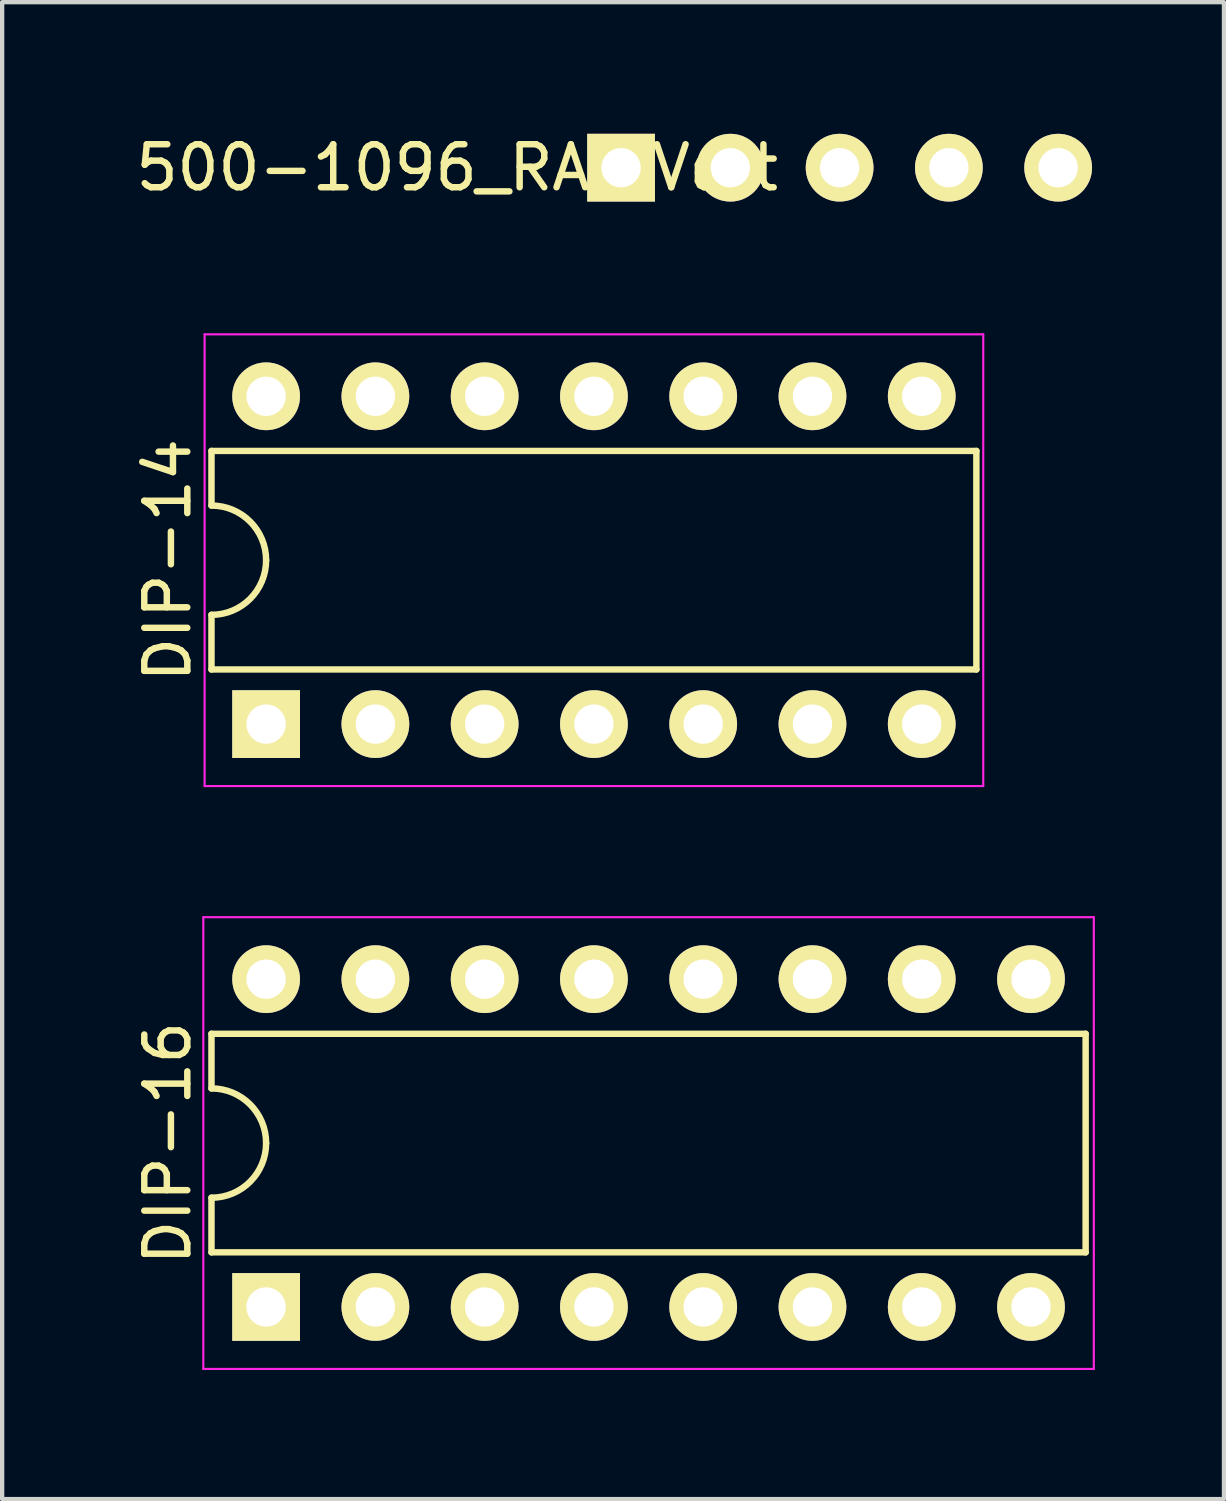
<source format=kicad_pcb>
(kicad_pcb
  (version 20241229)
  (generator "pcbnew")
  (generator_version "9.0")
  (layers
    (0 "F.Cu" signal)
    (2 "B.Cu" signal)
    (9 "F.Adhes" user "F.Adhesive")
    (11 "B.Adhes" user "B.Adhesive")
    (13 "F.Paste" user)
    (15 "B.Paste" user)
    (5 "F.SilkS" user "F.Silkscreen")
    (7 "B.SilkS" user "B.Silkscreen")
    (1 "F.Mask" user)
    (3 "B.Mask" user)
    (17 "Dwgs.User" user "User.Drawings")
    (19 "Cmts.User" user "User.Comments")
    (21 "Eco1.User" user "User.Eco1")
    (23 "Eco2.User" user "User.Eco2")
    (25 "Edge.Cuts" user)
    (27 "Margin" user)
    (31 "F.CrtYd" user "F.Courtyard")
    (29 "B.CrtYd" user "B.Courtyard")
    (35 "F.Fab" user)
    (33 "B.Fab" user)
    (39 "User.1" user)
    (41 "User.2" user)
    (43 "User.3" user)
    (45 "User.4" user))
  (footprint "DIP-16"
    (layer "F.Cu")
    (at 12.026 23.521)
    (property "Reference" "DIP-16" (at -11.177 0 90) (layer "F.SilkS") (effects (font (size 1 1) (thickness 0.15))))
    (attr through_hole)
    (fp_line (start -10.16 -2.54) (end 10.16 -2.54) (stroke (width 0.15) (type solid)) (layer "F.SilkS"))
    (fp_line (start -10.16 -1.27) (end -10.16 -2.54) (stroke (width 0.15) (type solid)) (layer "F.SilkS"))
    (fp_line (start -10.16 2.54) (end -10.16 1.27) (stroke (width 0.15) (type solid)) (layer "F.SilkS"))
    (fp_line (start 10.16 -2.54) (end 10.16 2.54) (stroke (width 0.15) (type solid)) (layer "F.SilkS"))
    (fp_line (start 10.16 2.54) (end -10.16 2.54) (stroke (width 0.15) (type solid)) (layer "F.SilkS"))
    (fp_arc (start -10.16 -1.27) (mid -9.261974 -0.898026) (end -8.89 0) (stroke (width 0.15) (type solid)) (layer "F.SilkS"))
    (fp_arc (start -8.89 0) (mid -9.261974 0.898026) (end -10.16 1.27) (stroke (width 0.15) (type solid)) (layer "F.SilkS"))
    (fp_line (start -10.35 -5.25) (end 10.35 -5.25) (stroke (width 0.05) (type solid)) (layer "F.CrtYd"))
    (fp_line (start -10.35 5.25) (end -10.35 -5.25) (stroke (width 0.05) (type solid)) (layer "F.CrtYd"))
    (fp_line (start 10.35 -5.25) (end 10.35 5.25) (stroke (width 0.05) (type solid)) (layer "F.CrtYd"))
    (fp_line (start 10.35 5.25) (end -10.35 5.25) (stroke (width 0.05) (type solid)) (layer "F.CrtYd"))
    (pad "1" thru_hole rect (at -8.89 3.81) (size 1.575 1.575) (drill 0.914) (layers "*.Cu" "*.Mask" "F.SilkS"))
    (pad "2" thru_hole circle (at -6.35 3.81) (size 1.575 1.575) (drill 0.914) (layers "*.Cu" "*.Mask" "F.SilkS"))
    (pad "3" thru_hole circle (at -3.81 3.81) (size 1.575 1.575) (drill 0.914) (layers "*.Cu" "*.Mask" "F.SilkS"))
    (pad "4" thru_hole circle (at -1.27 3.81) (size 1.575 1.575) (drill 0.914) (layers "*.Cu" "*.Mask" "F.SilkS"))
    (pad "5" thru_hole circle (at 1.27 3.81) (size 1.575 1.575) (drill 0.914) (layers "*.Cu" "*.Mask" "F.SilkS"))
    (pad "6" thru_hole circle (at 3.81 3.81) (size 1.575 1.575) (drill 0.914) (layers "*.Cu" "*.Mask" "F.SilkS"))
    (pad "7" thru_hole circle (at 6.35 3.81) (size 1.575 1.575) (drill 0.914) (layers "*.Cu" "*.Mask" "F.SilkS"))
    (pad "8" thru_hole circle (at 8.89 3.81) (size 1.575 1.575) (drill 0.914) (layers "*.Cu" "*.Mask" "F.SilkS"))
    (pad "9" thru_hole circle (at 8.89 -3.81) (size 1.575 1.575) (drill 0.914) (layers "*.Cu" "*.Mask" "F.SilkS"))
    (pad "10" thru_hole circle (at 6.35 -3.81) (size 1.575 1.575) (drill 0.914) (layers "*.Cu" "*.Mask" "F.SilkS"))
    (pad "11" thru_hole circle (at 3.81 -3.81) (size 1.575 1.575) (drill 0.914) (layers "*.Cu" "*.Mask" "F.SilkS"))
    (pad "12" thru_hole circle (at 1.27 -3.81) (size 1.575 1.575) (drill 0.914) (layers "*.Cu" "*.Mask" "F.SilkS"))
    (pad "13" thru_hole circle (at -1.27 -3.81) (size 1.575 1.575) (drill 0.914) (layers "*.Cu" "*.Mask" "F.SilkS"))
    (pad "14" thru_hole circle (at -3.81 -3.81) (size 1.575 1.575) (drill 0.914) (layers "*.Cu" "*.Mask" "F.SilkS"))
    (pad "15" thru_hole circle (at -6.35 -3.81) (size 1.575 1.575) (drill 0.914) (layers "*.Cu" "*.Mask" "F.SilkS"))
    (pad "16" thru_hole circle (at -8.89 -3.81) (size 1.575 1.575) (drill 0.914) (layers "*.Cu" "*.Mask" "F.SilkS")))
  (footprint "500-1096_RAtoVert"
    (layer "F.Cu")
    (at 16.467 0.848)
    (property "Reference" "500-1096_RAtoVert" (at -8.89 0 0) (layer "F.SilkS") (effects (font (size 1 1) (thickness 0.15))))
    (attr through_hole)
    (pad "1" thru_hole rect (at -5.08 0) (size 1.575 1.575) (drill 0.914) (layers "*.Cu" "*.Mask" "F.SilkS"))
    (pad "2" thru_hole circle (at -2.54 0) (size 1.575 1.575) (drill 0.914) (layers "*.Cu" "*.Mask" "F.SilkS"))
    (pad "3" thru_hole circle (at 0 0) (size 1.575 1.575) (drill 0.914) (layers "*.Cu" "*.Mask" "F.SilkS"))
    (pad "4" thru_hole circle (at 2.54 0) (size 1.575 1.575) (drill 0.914) (layers "*.Cu" "*.Mask" "F.SilkS"))
    (pad "5" thru_hole circle (at 5.08 0) (size 1.575 1.575) (drill 0.914) (layers "*.Cu" "*.Mask" "F.SilkS")))
  (footprint "DIP-14"
    (layer "F.Cu")
    (at 10.756 9.972)
    (property "Reference" "DIP-14" (at -9.907 0 90) (layer "F.SilkS") (effects (font (size 1 1) (thickness 0.15))))
    (attr through_hole)
    (fp_line (start -8.89 -2.54) (end -8.89 -1.27) (stroke (width 0.15) (type solid)) (layer "F.SilkS"))
    (fp_line (start -8.89 -2.54) (end 8.89 -2.54) (stroke (width 0.15) (type solid)) (layer "F.SilkS"))
    (fp_line (start -8.89 1.27) (end -8.89 2.54) (stroke (width 0.15) (type solid)) (layer "F.SilkS"))
    (fp_line (start -8.89 2.54) (end 8.89 2.54) (stroke (width 0.15) (type solid)) (layer "F.SilkS"))
    (fp_line (start 8.89 -2.54) (end 8.89 2.54) (stroke (width 0.15) (type solid)) (layer "F.SilkS"))
    (fp_arc (start -8.89 -1.27) (mid -7.991974 -0.898026) (end -7.62 0) (stroke (width 0.15) (type solid)) (layer "F.SilkS"))
    (fp_arc (start -7.62 0) (mid -7.991974 0.898026) (end -8.89 1.27) (stroke (width 0.15) (type solid)) (layer "F.SilkS"))
    (fp_line (start -9.05 -5.25) (end 9.05 -5.25) (stroke (width 0.05) (type solid)) (layer "F.CrtYd"))
    (fp_line (start -9.05 5.25) (end -9.05 -5.25) (stroke (width 0.05) (type solid)) (layer "F.CrtYd"))
    (fp_line (start 9.05 -5.25) (end 9.05 5.25) (stroke (width 0.05) (type solid)) (layer "F.CrtYd"))
    (fp_line (start 9.05 5.25) (end -9.05 5.25) (stroke (width 0.05) (type solid)) (layer "F.CrtYd"))
    (pad "1" thru_hole rect (at -7.62 3.81) (size 1.575 1.575) (drill 0.914) (layers "*.Cu" "*.Mask" "F.SilkS"))
    (pad "2" thru_hole circle (at -5.08 3.81) (size 1.575 1.575) (drill 0.914) (layers "*.Cu" "*.Mask" "F.SilkS"))
    (pad "3" thru_hole circle (at -2.54 3.81) (size 1.575 1.575) (drill 0.914) (layers "*.Cu" "*.Mask" "F.SilkS"))
    (pad "4" thru_hole circle (at 0 3.81) (size 1.575 1.575) (drill 0.914) (layers "*.Cu" "*.Mask" "F.SilkS"))
    (pad "5" thru_hole circle (at 2.54 3.81) (size 1.575 1.575) (drill 0.914) (layers "*.Cu" "*.Mask" "F.SilkS"))
    (pad "6" thru_hole circle (at 5.08 3.81) (size 1.575 1.575) (drill 0.914) (layers "*.Cu" "*.Mask" "F.SilkS"))
    (pad "7" thru_hole circle (at 7.62 3.81) (size 1.575 1.575) (drill 0.914) (layers "*.Cu" "*.Mask" "F.SilkS"))
    (pad "8" thru_hole circle (at 7.62 -3.81) (size 1.575 1.575) (drill 0.914) (layers "*.Cu" "*.Mask" "F.SilkS"))
    (pad "9" thru_hole circle (at 5.08 -3.81) (size 1.575 1.575) (drill 0.914) (layers "*.Cu" "*.Mask" "F.SilkS"))
    (pad "10" thru_hole circle (at 2.54 -3.81) (size 1.575 1.575) (drill 0.914) (layers "*.Cu" "*.Mask" "F.SilkS"))
    (pad "11" thru_hole circle (at 0 -3.81) (size 1.575 1.575) (drill 0.914) (layers "*.Cu" "*.Mask" "F.SilkS"))
    (pad "12" thru_hole circle (at -2.54 -3.81) (size 1.575 1.575) (drill 0.914) (layers "*.Cu" "*.Mask" "F.SilkS"))
    (pad "13" thru_hole circle (at -5.08 -3.81) (size 1.575 1.575) (drill 0.914) (layers "*.Cu" "*.Mask" "F.SilkS"))
    (pad "14" thru_hole circle (at -7.62 -3.81) (size 1.575 1.575) (drill 0.914) (layers "*.Cu" "*.Mask" "F.SilkS")))
  (gr_rect
    (start -3 -3)
    (end 25.401 31.797)
    (stroke (width 0.1) (type default))
    (fill no)
    (layer "Edge.Cuts")))
</source>
